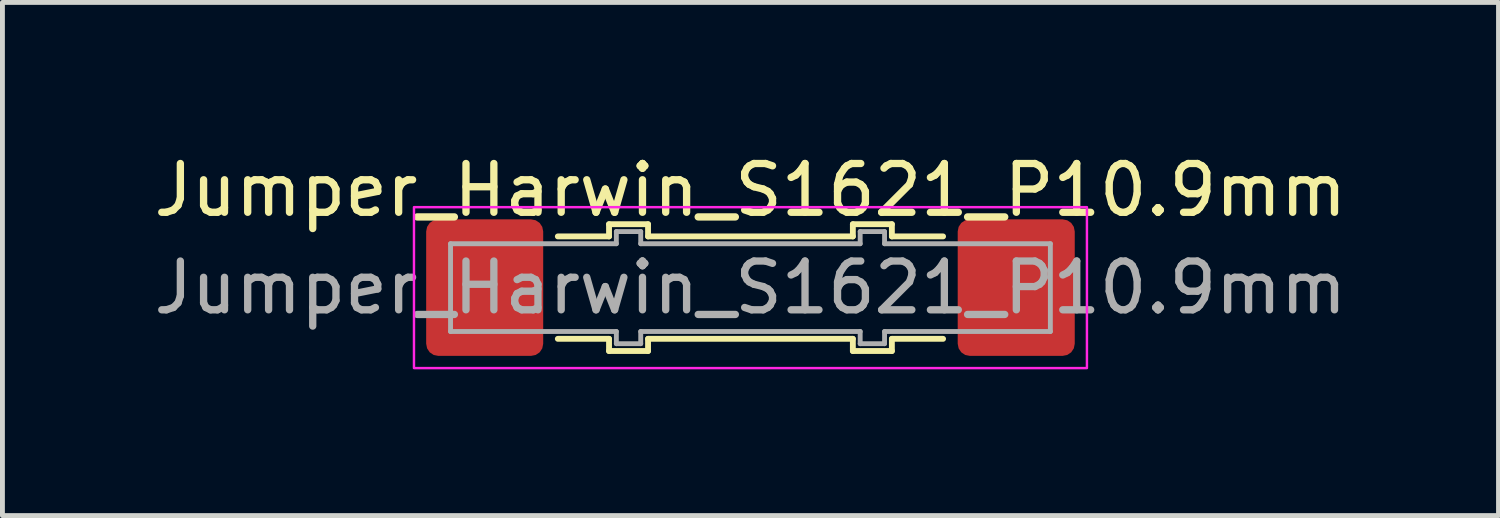
<source format=kicad_pcb>
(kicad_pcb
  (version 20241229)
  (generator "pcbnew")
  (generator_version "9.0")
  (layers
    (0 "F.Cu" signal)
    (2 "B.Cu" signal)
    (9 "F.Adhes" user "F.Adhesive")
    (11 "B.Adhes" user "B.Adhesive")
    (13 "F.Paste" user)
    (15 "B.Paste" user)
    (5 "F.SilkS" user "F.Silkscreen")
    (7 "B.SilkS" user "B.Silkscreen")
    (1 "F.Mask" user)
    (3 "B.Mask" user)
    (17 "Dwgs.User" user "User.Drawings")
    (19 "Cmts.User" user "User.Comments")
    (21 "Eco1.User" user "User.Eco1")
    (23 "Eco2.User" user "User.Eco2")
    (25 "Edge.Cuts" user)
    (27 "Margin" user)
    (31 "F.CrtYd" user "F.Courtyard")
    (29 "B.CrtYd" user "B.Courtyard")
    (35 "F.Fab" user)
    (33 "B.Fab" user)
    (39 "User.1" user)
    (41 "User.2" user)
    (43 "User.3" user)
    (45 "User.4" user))
  (footprint "Jumper_Harwin_S1621_P10.9mm"
    (layer "F.Cu")
    (at 12.339 2.848)
    (property "Reference" "Jumper_Harwin_S1621_P10.9mm" (at 0 -2 0) (layer "F.SilkS") (effects (font (size 1 1) (thickness 0.15))))
    (attr smd)
    (fp_line (start -3.95 -1.05) (end -2.9 -1.05) (stroke (width 0.12) (type default)) (layer "F.SilkS"))
    (fp_line (start -3.95 1.05) (end -2.9 1.05) (stroke (width 0.12) (type default)) (layer "F.SilkS"))
    (fp_line (start -2.9 -1.3) (end -2.1 -1.3) (stroke (width 0.12) (type default)) (layer "F.SilkS"))
    (fp_line (start -2.9 -1.05) (end -2.9 -1.3) (stroke (width 0.12) (type default)) (layer "F.SilkS"))
    (fp_line (start -2.9 1.05) (end -2.9 1.3) (stroke (width 0.12) (type default)) (layer "F.SilkS"))
    (fp_line (start -2.9 1.3) (end -2.1 1.3) (stroke (width 0.12) (type default)) (layer "F.SilkS"))
    (fp_line (start -2.1 -1.3) (end -2.1 -1.05) (stroke (width 0.12) (type default)) (layer "F.SilkS"))
    (fp_line (start -2.1 -1.05) (end 2.1 -1.05) (stroke (width 0.12) (type default)) (layer "F.SilkS"))
    (fp_line (start -2.1 1.3) (end -2.1 1.05) (stroke (width 0.12) (type default)) (layer "F.SilkS"))
    (fp_line (start 2.1 -1.3) (end 2.1 -1.05) (stroke (width 0.12) (type default)) (layer "F.SilkS"))
    (fp_line (start 2.1 1.05) (end -2.1 1.05) (stroke (width 0.12) (type default)) (layer "F.SilkS"))
    (fp_line (start 2.1 1.3) (end 2.1 1.05) (stroke (width 0.12) (type default)) (layer "F.SilkS"))
    (fp_line (start 2.9 -1.3) (end 2.1 -1.3) (stroke (width 0.12) (type default)) (layer "F.SilkS"))
    (fp_line (start 2.9 -1.05) (end 2.9 -1.3) (stroke (width 0.12) (type default)) (layer "F.SilkS"))
    (fp_line (start 2.9 1.05) (end 2.9 1.3) (stroke (width 0.12) (type default)) (layer "F.SilkS"))
    (fp_line (start 2.9 1.3) (end 2.1 1.3) (stroke (width 0.12) (type default)) (layer "F.SilkS"))
    (fp_line (start 3.95 -1.05) (end 2.9 -1.05) (stroke (width 0.12) (type default)) (layer "F.SilkS"))
    (fp_line (start 3.95 1.05) (end 2.9 1.05) (stroke (width 0.12) (type default)) (layer "F.SilkS"))
    (fp_rect (start -6.9 -1.65) (end 6.9 1.65) (stroke (width 0.05) (type default)) (fill no) (layer "F.CrtYd"))
    (fp_line (start -6.15 -0.9) (end -2.75 -0.9) (stroke (width 0.1) (type default)) (layer "F.Fab"))
    (fp_line (start -6.15 0.9) (end -6.15 -0.9) (stroke (width 0.1) (type default)) (layer "F.Fab"))
    (fp_line (start -2.75 -1.15) (end -2.25 -1.15) (stroke (width 0.1) (type default)) (layer "F.Fab"))
    (fp_line (start -2.75 -0.9) (end -2.75 -1.15) (stroke (width 0.1) (type default)) (layer "F.Fab"))
    (fp_line (start -2.75 0.9) (end -6.15 0.9) (stroke (width 0.1) (type default)) (layer "F.Fab"))
    (fp_line (start -2.75 0.9) (end -2.75 1.15) (stroke (width 0.1) (type default)) (layer "F.Fab"))
    (fp_line (start -2.75 1.15) (end -2.25 1.15) (stroke (width 0.1) (type default)) (layer "F.Fab"))
    (fp_line (start -2.25 -1.15) (end -2.25 -0.9) (stroke (width 0.1) (type default)) (layer "F.Fab"))
    (fp_line (start -2.25 -0.9) (end 2.25 -0.9) (stroke (width 0.1) (type default)) (layer "F.Fab"))
    (fp_line (start -2.25 1.15) (end -2.25 0.9) (stroke (width 0.1) (type default)) (layer "F.Fab"))
    (fp_line (start 2.25 -1.15) (end 2.25 -0.9) (stroke (width 0.1) (type default)) (layer "F.Fab"))
    (fp_line (start 2.25 0.9) (end -2.25 0.9) (stroke (width 0.1) (type default)) (layer "F.Fab"))
    (fp_line (start 2.25 1.15) (end 2.25 0.9) (stroke (width 0.1) (type default)) (layer "F.Fab"))
    (fp_line (start 2.75 -1.15) (end 2.25 -1.15) (stroke (width 0.1) (type default)) (layer "F.Fab"))
    (fp_line (start 2.75 -0.9) (end 2.75 -1.15) (stroke (width 0.1) (type default)) (layer "F.Fab"))
    (fp_line (start 2.75 -0.9) (end 6.15 -0.9) (stroke (width 0.1) (type default)) (layer "F.Fab"))
    (fp_line (start 2.75 0.9) (end 2.75 1.15) (stroke (width 0.1) (type default)) (layer "F.Fab"))
    (fp_line (start 2.75 1.15) (end 2.25 1.15) (stroke (width 0.1) (type default)) (layer "F.Fab"))
    (fp_line (start 6.15 -0.9) (end 6.15 0.9) (stroke (width 0.1) (type default)) (layer "F.Fab"))
    (fp_line (start 6.15 0.9) (end 2.75 0.9) (stroke (width 0.1) (type default)) (layer "F.Fab"))
    (fp_text user "${REFERENCE}" (at 0 0 0) (layer "F.Fab") (effects (font (size 1 1) (thickness 0.15))))
    (pad "1" smd roundrect (at -5.45 0) (size 2.4 2.8) (layers "F.Cu" "F.Mask" "F.Paste") (roundrect_rratio 0.104))
    (pad "2" smd roundrect (at 5.45 0) (size 2.4 2.8) (layers "F.Cu" "F.Mask" "F.Paste") (roundrect_rratio 0.104)))
  (gr_rect
    (start -3 -3)
    (end 27.679 7.523)
    (stroke (width 0.1) (type default))
    (fill no)
    (layer "Edge.Cuts")))
</source>
